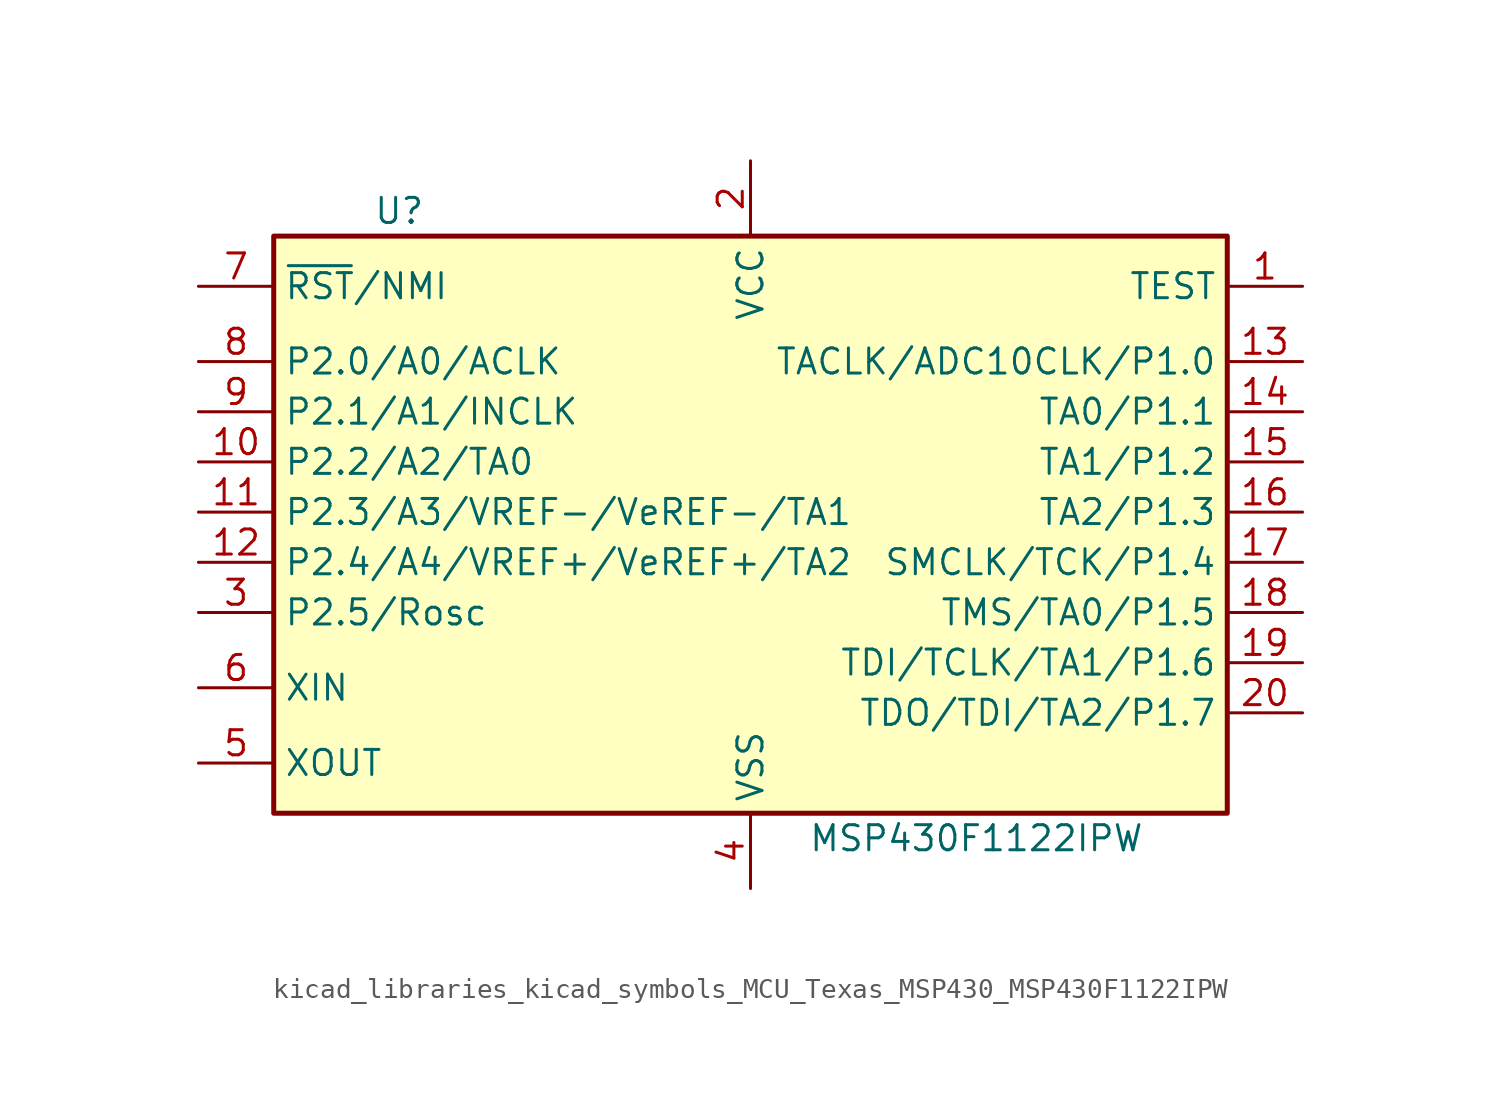
<source format=kicad_sym>
(kicad_symbol_lib
  (version 20220914)
  (generator kicad_symbol_editor)
  (symbol "kicad_libraries_kicad_symbols_MCU_Texas_MSP430_MSP430F1122IPW"
    (property "Reference" "U"
      (at -17.78 15.24 0)
      (effects (font (size 1.27 1.27))))
    (property "Value" "MSP430F1122IPW"
      (at 11.43 -16.51 0)
      (effects (font (size 1.27 1.27))))
    (symbol "kicad_libraries_kicad_symbols_MCU_Texas_MSP430_MSP430F1122IPW_0_1"
      (rectangle (start -24.13 13.97) (end 24.13 -15.24) (stroke (width 0.254) (type default)) (fill (type background))))
    (symbol "kicad_libraries_kicad_symbols_MCU_Texas_MSP430_MSP430F1122IPW_1_1"
      (pin input line (at 27.94 11.43 180) (length 3.81) (name "TEST" (effects (font (size 1.27 1.27)))) (number "1" (effects (font (size 1.27 1.27)))))
      (pin bidirectional line (at -27.94 2.54 0) (length 3.81) (name "P2.2/A2/TA0" (effects (font (size 1.27 1.27)))) (number "10" (effects (font (size 1.27 1.27)))))
      (pin bidirectional line (at -27.94 0 0) (length 3.81) (name "P2.3/A3/VREF-/VeREF-/TA1" (effects (font (size 1.27 1.27)))) (number "11" (effects (font (size 1.27 1.27)))))
      (pin bidirectional line (at -27.94 -2.54 0) (length 3.81) (name "P2.4/A4/VREF+/VeREF+/TA2" (effects (font (size 1.27 1.27)))) (number "12" (effects (font (size 1.27 1.27)))))
      (pin bidirectional line (at 27.94 7.62 180) (length 3.81) (name "TACLK/ADC10CLK/P1.0" (effects (font (size 1.27 1.27)))) (number "13" (effects (font (size 1.27 1.27)))))
      (pin bidirectional line (at 27.94 5.08 180) (length 3.81) (name "TA0/P1.1" (effects (font (size 1.27 1.27)))) (number "14" (effects (font (size 1.27 1.27)))))
      (pin bidirectional line (at 27.94 2.54 180) (length 3.81) (name "TA1/P1.2" (effects (font (size 1.27 1.27)))) (number "15" (effects (font (size 1.27 1.27)))))
      (pin bidirectional line (at 27.94 0 180) (length 3.81) (name "TA2/P1.3" (effects (font (size 1.27 1.27)))) (number "16" (effects (font (size 1.27 1.27)))))
      (pin bidirectional line (at 27.94 -2.54 180) (length 3.81) (name "SMCLK/TCK/P1.4" (effects (font (size 1.27 1.27)))) (number "17" (effects (font (size 1.27 1.27)))))
      (pin bidirectional line (at 27.94 -5.08 180) (length 3.81) (name "TMS/TA0/P1.5" (effects (font (size 1.27 1.27)))) (number "18" (effects (font (size 1.27 1.27)))))
      (pin bidirectional line (at 27.94 -7.62 180) (length 3.81) (name "TDI/TCLK/TA1/P1.6" (effects (font (size 1.27 1.27)))) (number "19" (effects (font (size 1.27 1.27)))))
      (pin power_in line (at 0 17.78 270) (length 3.81) (name "VCC" (effects (font (size 1.27 1.27)))) (number "2" (effects (font (size 1.27 1.27)))))
      (pin bidirectional line (at 27.94 -10.16 180) (length 3.81) (name "TDO/TDI/TA2/P1.7" (effects (font (size 1.27 1.27)))) (number "20" (effects (font (size 1.27 1.27)))))
      (pin bidirectional line (at -27.94 -5.08 0) (length 3.81) (name "P2.5/Rosc" (effects (font (size 1.27 1.27)))) (number "3" (effects (font (size 1.27 1.27)))))
      (pin power_in line (at 0 -19.05 90) (length 3.81) (name "VSS" (effects (font (size 1.27 1.27)))) (number "4" (effects (font (size 1.27 1.27)))))
      (pin output line (at -27.94 -12.7 0) (length 3.81) (name "XOUT" (effects (font (size 1.27 1.27)))) (number "5" (effects (font (size 1.27 1.27)))))
      (pin input line (at -27.94 -8.89 0) (length 3.81) (name "XIN" (effects (font (size 1.27 1.27)))) (number "6" (effects (font (size 1.27 1.27)))))
      (pin input line (at -27.94 11.43 0) (length 3.81) (name "~{RST}/NMI" (effects (font (size 1.27 1.27)))) (number "7" (effects (font (size 1.27 1.27)))))
      (pin bidirectional line (at -27.94 7.62 0) (length 3.81) (name "P2.0/A0/ACLK" (effects (font (size 1.27 1.27)))) (number "8" (effects (font (size 1.27 1.27)))))
      (pin bidirectional line (at -27.94 5.08 0) (length 3.81) (name "P2.1/A1/INCLK" (effects (font (size 1.27 1.27)))) (number "9" (effects (font (size 1.27 1.27))))))))
</source>
